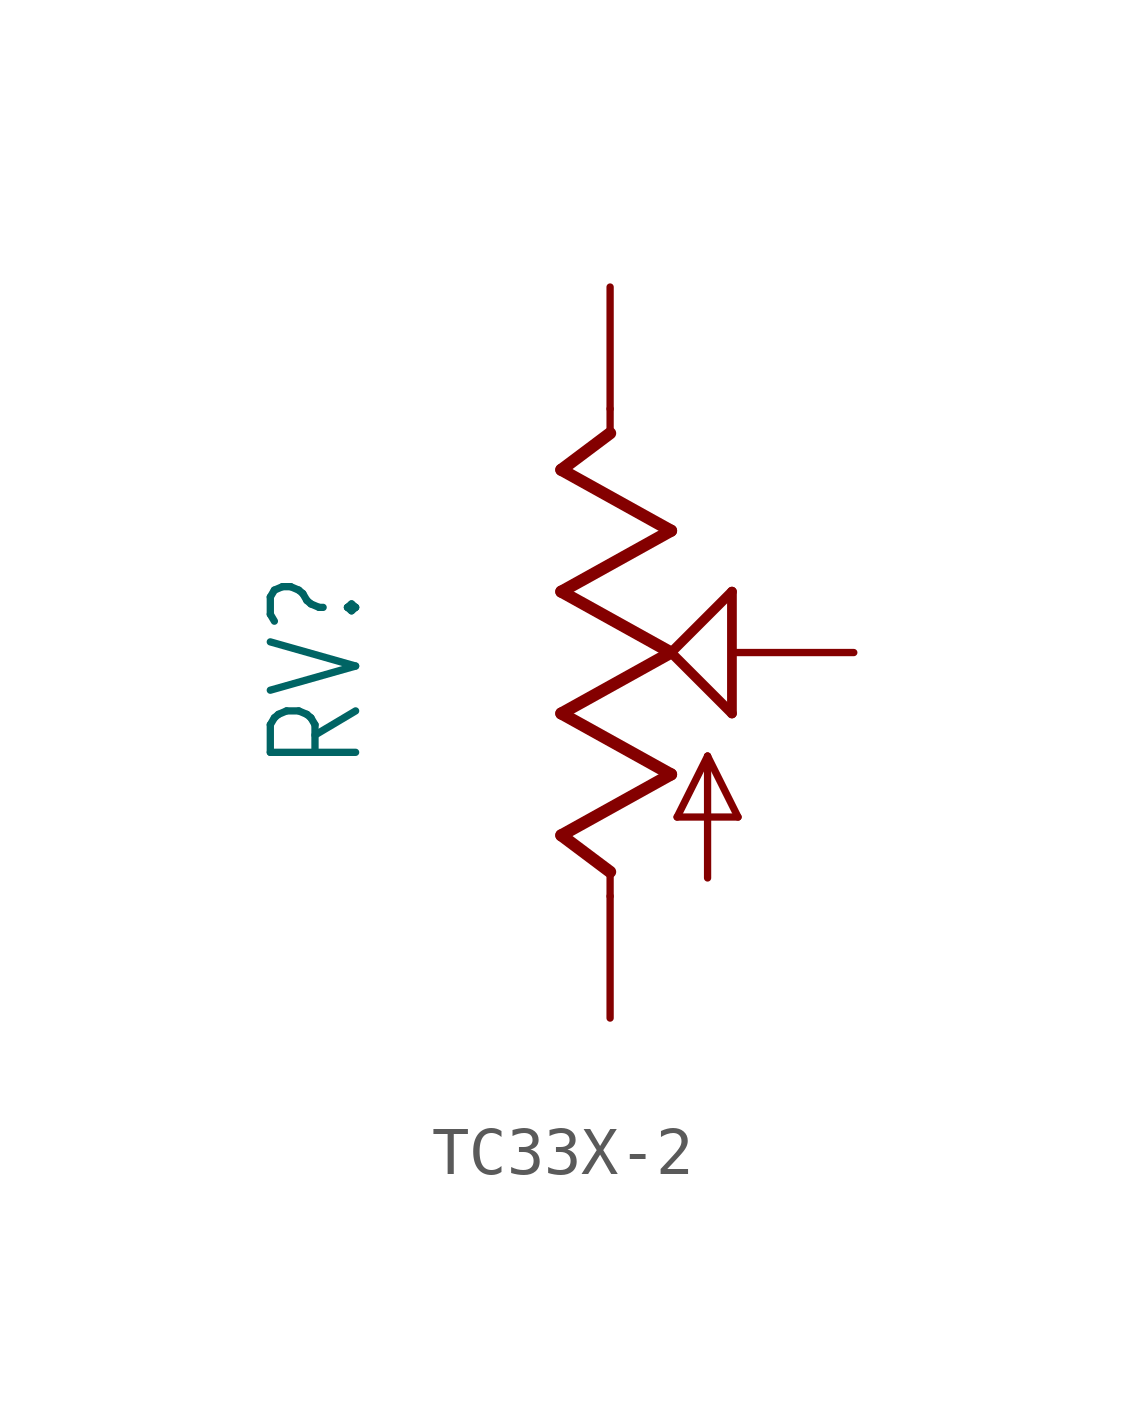
<source format=kicad_sym>
(kicad_symbol_lib
  (version 20231120)
  (generator "kicad_symbol_editor")
  (generator_version "8.0")
  (symbol "TC33X-2"
    (property "Reference" "RV"
      (at -5.08 -2.54 90)
      (effects (font (size 1.778 1.511)) (justify left bottom)))
    (property "Value" ""
      (at -2.54 -2.54 90)
      (effects (font (size 1.778 1.511)) (justify left bottom)))
    (property "ki_locked" ""
      (at 0 0 0)
      (effects (font (size 1.27 1.27))))
    (symbol "TC33X-2_1_0"
      (polyline (pts (xy -1.016 -3.81) (xy 1.27 -2.54)) (stroke (width 0.254) (type solid)) (fill (type none)))
      (polyline (pts (xy -1.016 -1.27) (xy 1.27 0)) (stroke (width 0.254) (type solid)) (fill (type none)))
      (polyline (pts (xy -1.016 1.27) (xy 1.27 2.54)) (stroke (width 0.254) (type solid)) (fill (type none)))
      (polyline (pts (xy -1.016 3.81) (xy 0 4.572)) (stroke (width 0.254) (type solid)) (fill (type none)))
      (polyline (pts (xy 0 -5.08) (xy 0 -4.572)) (stroke (width 0.152) (type solid)) (fill (type none)))
      (polyline (pts (xy 0 -4.572) (xy -1.016 -3.81)) (stroke (width 0.254) (type solid)) (fill (type none)))
      (polyline (pts (xy 0 4.572) (xy 0 5.08)) (stroke (width 0.152) (type solid)) (fill (type none)))
      (polyline (pts (xy 1.27 -2.54) (xy -1.016 -1.27)) (stroke (width 0.254) (type solid)) (fill (type none)))
      (polyline (pts (xy 1.27 0) (xy -1.016 1.27)) (stroke (width 0.254) (type solid)) (fill (type none)))
      (polyline (pts (xy 1.27 0) (xy 2.54 1.27)) (stroke (width 0.203) (type solid)) (fill (type none)))
      (polyline (pts (xy 1.27 2.54) (xy -1.016 3.81)) (stroke (width 0.254) (type solid)) (fill (type none)))
      (polyline (pts (xy 1.397 -3.429) (xy 2.032 -2.159)) (stroke (width 0.152) (type solid)) (fill (type none)))
      (polyline (pts (xy 2.032 -4.699) (xy 2.032 -2.159)) (stroke (width 0.152) (type solid)) (fill (type none)))
      (polyline (pts (xy 2.032 -2.159) (xy 2.667 -3.429)) (stroke (width 0.152) (type solid)) (fill (type none)))
      (polyline (pts (xy 2.54 -1.27) (xy 1.27 0)) (stroke (width 0.203) (type solid)) (fill (type none)))
      (polyline (pts (xy 2.54 1.27) (xy 2.54 -1.27)) (stroke (width 0.203) (type solid)) (fill (type none)))
      (polyline (pts (xy 2.667 -3.429) (xy 1.397 -3.429)) (stroke (width 0.152) (type solid)) (fill (type none)))
      (pin passive line (at 0 -7.62 90) (length 2.54) (name "A" (effects (font (size 0 0)))) (number "1" (effects (font (size 0 0)))))
      (pin passive line (at 5.08 0 180) (length 2.54) (name "S" (effects (font (size 0 0)))) (number "2" (effects (font (size 0 0)))))
      (pin passive line (at 0 7.62 270) (length 2.54) (name "E" (effects (font (size 0 0)))) (number "3" (effects (font (size 0 0))))))))
</source>
